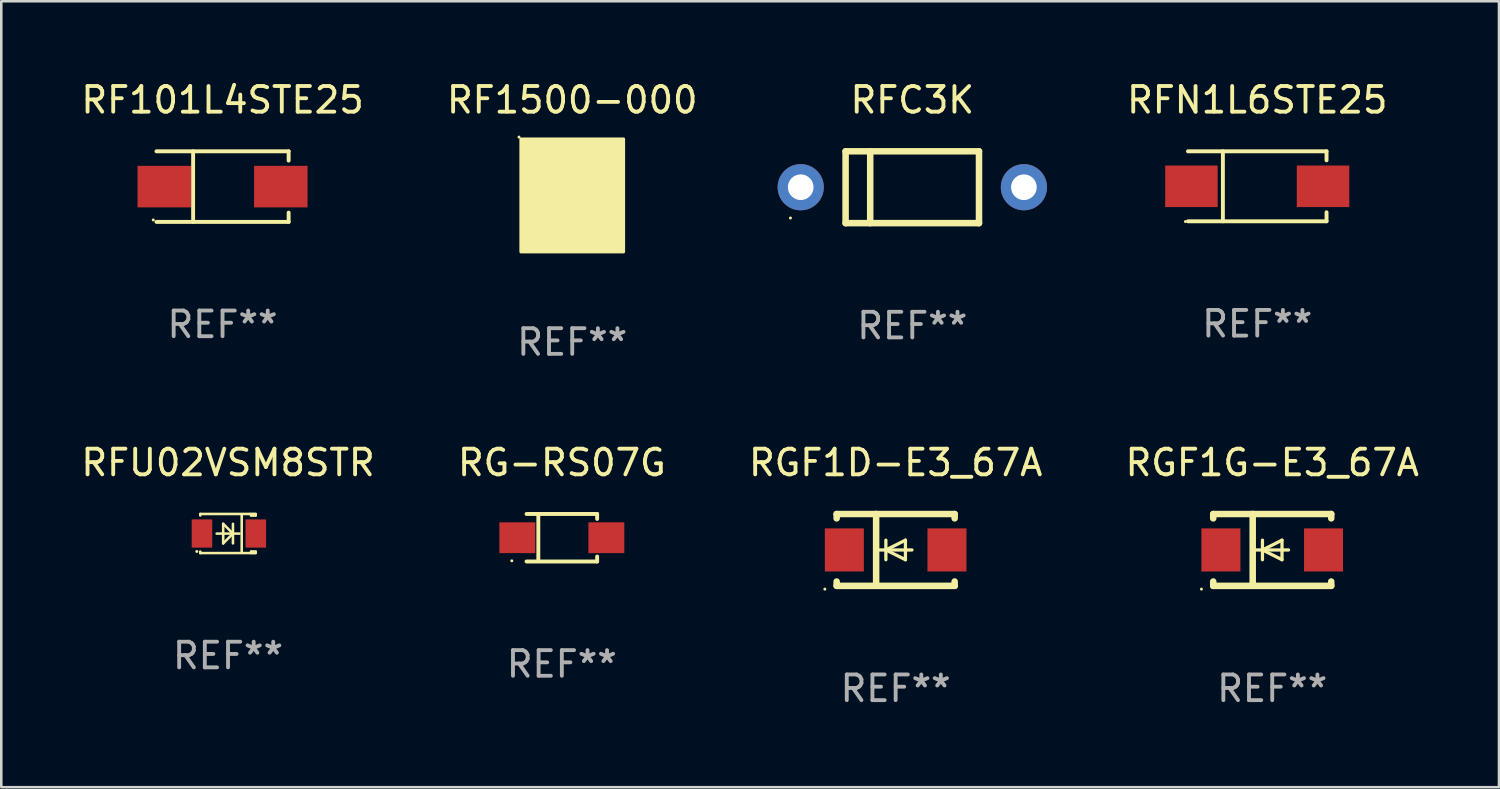
<source format=kicad_pcb>
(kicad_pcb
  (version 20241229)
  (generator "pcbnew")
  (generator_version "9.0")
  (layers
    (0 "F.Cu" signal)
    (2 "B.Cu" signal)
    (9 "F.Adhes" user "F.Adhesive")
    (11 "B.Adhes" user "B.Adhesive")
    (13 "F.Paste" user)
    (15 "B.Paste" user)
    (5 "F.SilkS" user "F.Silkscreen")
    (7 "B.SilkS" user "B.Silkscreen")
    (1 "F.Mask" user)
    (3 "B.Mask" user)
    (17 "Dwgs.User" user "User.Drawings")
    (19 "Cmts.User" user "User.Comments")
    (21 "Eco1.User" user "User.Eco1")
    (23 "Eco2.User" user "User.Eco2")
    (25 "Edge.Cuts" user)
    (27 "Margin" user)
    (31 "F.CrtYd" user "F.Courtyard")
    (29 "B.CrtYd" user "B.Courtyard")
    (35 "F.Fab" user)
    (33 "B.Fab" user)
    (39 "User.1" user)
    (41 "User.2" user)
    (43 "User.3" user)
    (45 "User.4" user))
  (footprint "RF1500-000"
    (layer "F.Cu")
    (at 19.256 4.568)
    (property "Reference" "RF1500-000" (at 0 -3.72 0) (layer "F.SilkS") (effects (font (size 1 1) (thickness 0.15))))
    (attr through_hole)
    (fp_circle (center -2.075 -2.275) (end -2.045 -2.275) (stroke (width 0.06) (type solid)) (fill no) (layer "F.SilkS"))
    (fp_poly (pts (xy -2 -2.2) (xy 2 -2.2) (xy 2 2.2) (xy -2 2.2)) (stroke (width 0.12) (type solid)) (fill yes) (layer "F.SilkS"))
    (fp_text user "REF**" (at 0 5.72 0) (layer "F.Fab") (effects (font (size 1 1) (thickness 0.15))))
    (pad "1" smd rect (at 0 -1.72) (size 2.3 0.6) (layers "F.Cu" "F.Mask" "F.Paste"))
    (pad "2" smd rect (at 0.635 1.72) (size 1 0.6) (layers "F.Cu" "F.Mask" "F.Paste"))
    (pad "3" smd rect (at -0.635 1.72) (size 1 0.6) (layers "F.Cu" "F.Mask" "F.Paste")))
  (footprint "RFC3K"
    (layer "F.Cu")
    (at 32.512 4.248)
    (property "Reference" "RFC3K" (at 0 -3.4 0) (layer "F.SilkS") (effects (font (size 1 1) (thickness 0.15))))
    (attr through_hole)
    (fp_line (start -2.6 -1.4) (end -2.6 1.4) (stroke (width 0.254) (type solid)) (layer "F.SilkS"))
    (fp_line (start -2.6 -1.4) (end 2.6 -1.4) (stroke (width 0.254) (type solid)) (layer "F.SilkS"))
    (fp_line (start -2.6 1.4) (end 2.6 1.4) (stroke (width 0.254) (type solid)) (layer "F.SilkS"))
    (fp_line (start -1.641 -1.4) (end -1.641 1.4) (stroke (width 0.254) (type solid)) (layer "F.SilkS"))
    (fp_line (start 2.6 -1.4) (end 2.6 1.4) (stroke (width 0.254) (type solid)) (layer "F.SilkS"))
    (fp_circle (center -4.75 1.2) (end -4.72 1.2) (stroke (width 0.06) (type solid)) (fill no) (layer "F.SilkS"))
    (fp_text user "REF**" (at 0 5.4 0) (layer "F.Fab") (effects (font (size 1 1) (thickness 0.15))))
    (pad "1" thru_hole circle (at -4.35 0) (size 1.8 1.8) (drill 1) (layers "*.Cu" "*.Mask"))
    (pad "2" thru_hole circle (at 4.35 0) (size 1.8 1.8) (drill 1) (layers "*.Cu" "*.Mask")))
  (footprint "RF101L4STE25"
    (layer "F.Cu")
    (at 5.625 4.224)
    (property "Reference" "RF101L4STE25" (at 0 -3.376 0) (layer "F.SilkS") (effects (font (size 1 1) (thickness 0.15))))
    (attr through_hole)
    (fp_line (start -2.576 -1.376) (end 2.576 -1.376) (stroke (width 0.152) (type solid)) (layer "F.SilkS"))
    (fp_line (start -2.576 1.376) (end 2.576 1.376) (stroke (width 0.152) (type solid)) (layer "F.SilkS"))
    (fp_line (start -1.147 -1.376) (end -1.147 1.376) (stroke (width 0.152) (type solid)) (layer "F.SilkS"))
    (fp_line (start 2.576 -1.376) (end 2.576 -1.013) (stroke (width 0.152) (type solid)) (layer "F.SilkS"))
    (fp_line (start 2.576 1.376) (end 2.576 1.013) (stroke (width 0.152) (type solid)) (layer "F.SilkS"))
    (fp_circle (center -2.7 1.3) (end -2.67 1.3) (stroke (width 0.06) (type solid)) (fill no) (layer "F.SilkS"))
    (fp_text user "REF**" (at 0 5.376 0) (layer "F.Fab") (effects (font (size 1 1) (thickness 0.15))))
    (pad "1" smd rect (at -2.271 0) (size 2.085 1.62) (layers "F.Cu" "F.Mask" "F.Paste"))
    (pad "2" smd rect (at 2.271 0) (size 2.085 1.62) (layers "F.Cu" "F.Mask" "F.Paste")))
  (footprint "RFU02VSM8STR"
    (layer "F.Cu")
    (at 5.839 17.747)
    (property "Reference" "RFU02VSM8STR" (at 0 -2.762 0) (layer "F.SilkS") (effects (font (size 1 1) (thickness 0.15))))
    (attr through_hole)
    (fp_line (start -1.083 -0.762) (end 1.076 -0.762) (stroke (width 0.1) (type solid)) (layer "F.SilkS"))
    (fp_line (start -1.083 -0.704) (end -1.083 -0.762) (stroke (width 0.1) (type solid)) (layer "F.SilkS"))
    (fp_line (start -1.083 0.762) (end -1.083 0.704) (stroke (width 0.1) (type solid)) (layer "F.SilkS"))
    (fp_line (start -0.443 0.003) (end 0.446 0.003) (stroke (width 0.1) (type solid)) (layer "F.SilkS"))
    (fp_line (start -0.189 0.384) (end -0.189 -0.378) (stroke (width 0.1) (type solid)) (layer "F.SilkS"))
    (fp_line (start -0.189 0.384) (end 0.192 0.003) (stroke (width 0.1) (type solid)) (layer "F.SilkS"))
    (fp_line (start 0.192 0.003) (end -0.189 -0.378) (stroke (width 0.1) (type solid)) (layer "F.SilkS"))
    (fp_line (start 0.192 0.384) (end 0.192 -0.378) (stroke (width 0.1) (type solid)) (layer "F.SilkS"))
    (fp_line (start 0.533 0.71) (end 0.533 -0.733) (stroke (width 0.1) (type solid)) (layer "F.SilkS"))
    (fp_line (start 0.9 -0.725) (end 0.863 -0.762) (stroke (width 0.1) (type solid)) (layer "F.SilkS"))
    (fp_line (start 0.9 -0.704) (end 0.9 -0.725) (stroke (width 0.1) (type solid)) (layer "F.SilkS"))
    (fp_line (start 0.9 -0.704) (end 1.076 -0.704) (stroke (width 0.1) (type solid)) (layer "F.SilkS"))
    (fp_line (start 0.9 0.704) (end 1.076 0.704) (stroke (width 0.1) (type solid)) (layer "F.SilkS"))
    (fp_line (start 0.9 0.762) (end 0.9 0.704) (stroke (width 0.1) (type solid)) (layer "F.SilkS"))
    (fp_line (start 0.981 -0.762) (end 0.981 -0.704) (stroke (width 0.1) (type solid)) (layer "F.SilkS"))
    (fp_line (start 0.981 0.704) (end 0.981 0.762) (stroke (width 0.1) (type solid)) (layer "F.SilkS"))
    (fp_line (start 1.076 -0.762) (end 1.076 -0.704) (stroke (width 0.1) (type solid)) (layer "F.SilkS"))
    (fp_line (start 1.076 0.704) (end 1.076 0.762) (stroke (width 0.1) (type solid)) (layer "F.SilkS"))
    (fp_line (start 1.076 0.762) (end -1.083 0.762) (stroke (width 0.1) (type solid)) (layer "F.SilkS"))
    (fp_circle (center -1.217 0.7) (end -1.187 0.7) (stroke (width 0.06) (type solid)) (fill no) (layer "F.SilkS"))
    (fp_text user "REF**" (at 0 4.762 0) (layer "F.Fab") (effects (font (size 1 1) (thickness 0.15))))
    (pad "1" smd rect (at -1.017 -0.000152) (size 0.8 1.1) (layers "F.Cu" "F.Mask" "F.Paste"))
    (pad "2" smd rect (at 1.083 -0.000152) (size 0.8 1.1) (layers "F.Cu" "F.Mask" "F.Paste")))
  (footprint "RG-RS07G"
    (layer "F.Cu")
    (at 18.851 17.911)
    (property "Reference" "RG-RS07G" (at 0 -2.926 0) (layer "F.SilkS") (effects (font (size 1 1) (thickness 0.15))))
    (attr through_hole)
    (fp_line (start -1.376 -0.926) (end 1.376 -0.926) (stroke (width 0.152) (type solid)) (layer "F.SilkS"))
    (fp_line (start -1.376 0.926) (end 1.376 0.926) (stroke (width 0.152) (type solid)) (layer "F.SilkS"))
    (fp_line (start -0.917 -0.876) (end -0.917 0.876) (stroke (width 0.152) (type solid)) (layer "F.SilkS"))
    (fp_line (start 1.376 -0.926) (end 1.376 -0.733) (stroke (width 0.152) (type solid)) (layer "F.SilkS"))
    (fp_line (start 1.376 0.926) (end 1.376 0.733) (stroke (width 0.152) (type solid)) (layer "F.SilkS"))
    (fp_circle (center -1.95 0.9) (end -1.92 0.9) (stroke (width 0.06) (type solid)) (fill no) (layer "F.SilkS"))
    (fp_text user "REF**" (at 0 4.926 0) (layer "F.Fab") (effects (font (size 1 1) (thickness 0.15))))
    (pad "1" smd rect (at -1.735 0) (size 1.4 1.2) (layers "F.Cu" "F.Mask" "F.Paste"))
    (pad "2" smd rect (at 1.735 0) (size 1.4 1.2) (layers "F.Cu" "F.Mask" "F.Paste")))
  (footprint "RGF1G-E3_67A"
    (layer "F.Cu")
    (at 46.542 18.386)
    (property "Reference" "RGF1G-E3_67A" (at 0 -3.401 0) (layer "F.SilkS") (effects (font (size 1 1) (thickness 0.15))))
    (attr through_hole)
    (fp_line (start -2.3 -1.399) (end -2.3 -1.23) (stroke (width 0.254) (type solid)) (layer "F.SilkS"))
    (fp_line (start -2.3 -1.399) (end 2.3 -1.399) (stroke (width 0.254) (type solid)) (layer "F.SilkS"))
    (fp_line (start -2.3 1.232) (end -2.3 1.401) (stroke (width 0.254) (type solid)) (layer "F.SilkS"))
    (fp_line (start -2.3 1.401) (end 2.3 1.401) (stroke (width 0.254) (type solid)) (layer "F.SilkS"))
    (fp_line (start -0.761 1.398) (end -0.761 -1.401) (stroke (width 0.254) (type solid)) (layer "F.SilkS"))
    (fp_line (start -0.381 0.001) (end -0.381 -0.38) (stroke (width 0.127) (type solid)) (layer "F.SilkS"))
    (fp_line (start -0.381 0.001) (end -0.381 0.382) (stroke (width 0.127) (type solid)) (layer "F.SilkS"))
    (fp_line (start 0.381 -0.38) (end -0.381 0.001) (stroke (width 0.127) (type solid)) (layer "F.SilkS"))
    (fp_line (start 0.381 0.001) (end 0.381 -0.38) (stroke (width 0.127) (type solid)) (layer "F.SilkS"))
    (fp_line (start 0.381 0.001) (end 0.381 0.382) (stroke (width 0.127) (type solid)) (layer "F.SilkS"))
    (fp_line (start 0.381 0.382) (end -0.381 0.001) (stroke (width 0.127) (type solid)) (layer "F.SilkS"))
    (fp_line (start 0.635 0.001) (end -0.635 0.001) (stroke (width 0.127) (type solid)) (layer "F.SilkS"))
    (fp_line (start 2.3 -1.399) (end 2.3 -1.23) (stroke (width 0.254) (type solid)) (layer "F.SilkS"))
    (fp_line (start 2.3 1.232) (end 2.3 1.401) (stroke (width 0.254) (type solid)) (layer "F.SilkS"))
    (fp_circle (center -2.76 1.528) (end -2.73 1.528) (stroke (width 0.06) (type solid)) (fill no) (layer "F.SilkS"))
    (fp_text user "REF**" (at 0 5.401 0) (layer "F.Fab") (effects (font (size 1 1) (thickness 0.15))))
    (pad "1" smd rect (at -2 0.001 180) (size 1.52 1.68) (layers "F.Cu" "F.Mask" "F.Paste"))
    (pad "2" smd rect (at 2 0.001 180) (size 1.52 1.68) (layers "F.Cu" "F.Mask" "F.Paste")))
  (footprint "RFN1L6STE25"
    (layer "F.Cu")
    (at 45.958 4.212)
    (property "Reference" "RFN1L6STE25" (at 0 -3.364 0) (layer "F.SilkS") (effects (font (size 1 1) (thickness 0.15))))
    (attr through_hole)
    (fp_line (start -2.701 -1.364) (end 2.701 -1.364) (stroke (width 0.152) (type solid)) (layer "F.SilkS"))
    (fp_line (start -2.701 1.364) (end 2.701 1.364) (stroke (width 0.152) (type solid)) (layer "F.SilkS"))
    (fp_line (start -1.339 -1.364) (end -1.339 1.364) (stroke (width 0.152) (type solid)) (layer "F.SilkS"))
    (fp_line (start 2.701 -1.364) (end 2.701 -1.013) (stroke (width 0.152) (type solid)) (layer "F.SilkS"))
    (fp_line (start 2.701 1.364) (end 2.701 1.013) (stroke (width 0.152) (type solid)) (layer "F.SilkS"))
    (fp_circle (center -2.8 1.375) (end -2.77 1.375) (stroke (width 0.06) (type solid)) (fill no) (layer "F.SilkS"))
    (fp_text user "REF**" (at 0 5.364 0) (layer "F.Fab") (effects (font (size 1 1) (thickness 0.15))))
    (pad "1" smd rect (at -2.565 -0.000025) (size 2.046 1.62) (layers "F.Cu" "F.Mask" "F.Paste"))
    (pad "2" smd rect (at 2.565 -0.000025) (size 2.046 1.62) (layers "F.Cu" "F.Mask" "F.Paste")))
  (footprint "RGF1D-E3_67A"
    (layer "F.Cu")
    (at 31.863 18.386)
    (property "Reference" "RGF1D-E3_67A" (at 0 -3.401 0) (layer "F.SilkS") (effects (font (size 1 1) (thickness 0.15))))
    (attr through_hole)
    (fp_line (start -2.3 -1.399) (end -2.3 -1.23) (stroke (width 0.254) (type solid)) (layer "F.SilkS"))
    (fp_line (start -2.3 -1.399) (end 2.3 -1.399) (stroke (width 0.254) (type solid)) (layer "F.SilkS"))
    (fp_line (start -2.3 1.232) (end -2.3 1.401) (stroke (width 0.254) (type solid)) (layer "F.SilkS"))
    (fp_line (start -2.3 1.401) (end 2.3 1.401) (stroke (width 0.254) (type solid)) (layer "F.SilkS"))
    (fp_line (start -0.761 1.398) (end -0.761 -1.401) (stroke (width 0.254) (type solid)) (layer "F.SilkS"))
    (fp_line (start -0.381 0.001) (end -0.381 -0.38) (stroke (width 0.127) (type solid)) (layer "F.SilkS"))
    (fp_line (start -0.381 0.001) (end -0.381 0.382) (stroke (width 0.127) (type solid)) (layer "F.SilkS"))
    (fp_line (start 0.381 -0.38) (end -0.381 0.001) (stroke (width 0.127) (type solid)) (layer "F.SilkS"))
    (fp_line (start 0.381 0.001) (end 0.381 -0.38) (stroke (width 0.127) (type solid)) (layer "F.SilkS"))
    (fp_line (start 0.381 0.001) (end 0.381 0.382) (stroke (width 0.127) (type solid)) (layer "F.SilkS"))
    (fp_line (start 0.381 0.382) (end -0.381 0.001) (stroke (width 0.127) (type solid)) (layer "F.SilkS"))
    (fp_line (start 0.635 0.001) (end -0.635 0.001) (stroke (width 0.127) (type solid)) (layer "F.SilkS"))
    (fp_line (start 2.3 -1.399) (end 2.3 -1.23) (stroke (width 0.254) (type solid)) (layer "F.SilkS"))
    (fp_line (start 2.3 1.232) (end 2.3 1.401) (stroke (width 0.254) (type solid)) (layer "F.SilkS"))
    (fp_circle (center -2.76 1.528) (end -2.73 1.528) (stroke (width 0.06) (type solid)) (fill no) (layer "F.SilkS"))
    (fp_text user "REF**" (at 0 5.401 0) (layer "F.Fab") (effects (font (size 1 1) (thickness 0.15))))
    (pad "1" smd rect (at -2 0.001 180) (size 1.52 1.68) (layers "F.Cu" "F.Mask" "F.Paste"))
    (pad "2" smd rect (at 2 0.001 180) (size 1.52 1.68) (layers "F.Cu" "F.Mask" "F.Paste")))
  (gr_rect
    (start -3 -3)
    (end 55.381 27.635)
    (stroke (width 0.1) (type default))
    (fill no)
    (layer "Edge.Cuts")))
</source>
